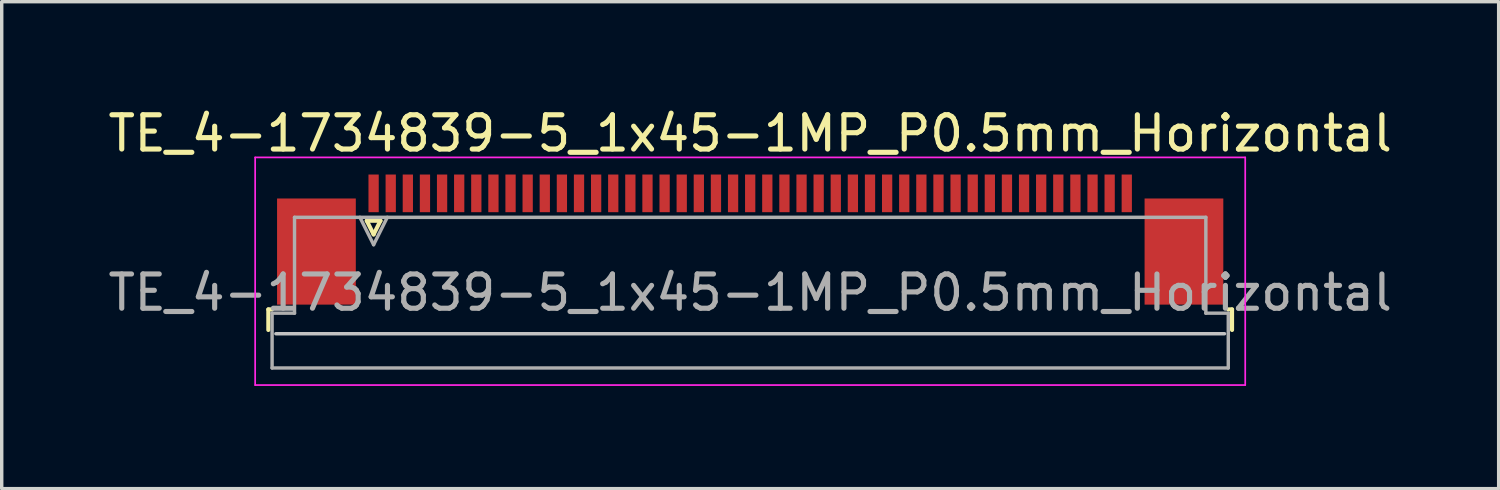
<source format=kicad_pcb>
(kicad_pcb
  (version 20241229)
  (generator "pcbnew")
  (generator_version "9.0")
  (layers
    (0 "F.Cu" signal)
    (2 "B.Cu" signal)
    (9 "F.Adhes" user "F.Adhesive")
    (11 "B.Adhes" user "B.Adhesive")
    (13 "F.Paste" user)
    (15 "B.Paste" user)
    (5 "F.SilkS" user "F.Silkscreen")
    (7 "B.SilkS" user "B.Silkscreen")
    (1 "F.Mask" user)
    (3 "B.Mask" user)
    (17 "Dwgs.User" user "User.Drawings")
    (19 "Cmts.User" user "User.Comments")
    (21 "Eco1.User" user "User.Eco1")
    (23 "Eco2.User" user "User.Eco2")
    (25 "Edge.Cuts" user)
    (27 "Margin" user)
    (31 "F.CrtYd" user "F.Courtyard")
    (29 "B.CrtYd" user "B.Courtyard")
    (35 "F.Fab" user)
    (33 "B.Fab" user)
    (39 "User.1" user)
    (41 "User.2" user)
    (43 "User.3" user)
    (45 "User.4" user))
  (footprint "TE_4-1734839-5_1x45-1MP_P0.5mm_Horizontal"
    (layer "F.Cu")
    (at 18.863 3.948)
    (property "Reference" "TE_4-1734839-5_1x45-1MP_P0.5mm_Horizontal" (at 0 -3.1 0) (layer "F.SilkS") (effects (font (size 1 1) (thickness 0.15))))
    (attr smd)
    (fp_line (start -14.075 2.04) (end -14.075 2.64) (stroke (width 0.12) (type solid)) (layer "F.SilkS"))
    (fp_line (start -13.965 2.04) (end -14.075 2.04) (stroke (width 0.12) (type solid)) (layer "F.SilkS"))
    (fp_line (start -11.2 -0.55) (end -11 -0.15) (stroke (width 0.12) (type solid)) (layer "F.SilkS"))
    (fp_line (start -11 -0.15) (end -10.8 -0.55) (stroke (width 0.12) (type solid)) (layer "F.SilkS"))
    (fp_line (start -10.8 -0.55) (end -11.2 -0.55) (stroke (width 0.12) (type solid)) (layer "F.SilkS"))
    (fp_line (start 13.965 2.04) (end 14.075 2.04) (stroke (width 0.12) (type solid)) (layer "F.SilkS"))
    (fp_line (start 14.075 2.04) (end 14.075 2.64) (stroke (width 0.12) (type solid)) (layer "F.SilkS"))
    (fp_line (start 13.855 2.75) (end -13.855 2.75) (stroke (width 0.1) (type solid)) (layer "Dwgs.User"))
    (fp_line (start -14.46 -2.4) (end -14.46 4.25) (stroke (width 0.05) (type solid)) (layer "F.CrtYd"))
    (fp_line (start -14.46 4.25) (end 14.46 4.25) (stroke (width 0.05) (type solid)) (layer "F.CrtYd"))
    (fp_line (start 14.46 -2.4) (end -14.46 -2.4) (stroke (width 0.05) (type solid)) (layer "F.CrtYd"))
    (fp_line (start 14.46 4.25) (end 14.46 -2.4) (stroke (width 0.05) (type solid)) (layer "F.CrtYd"))
    (fp_line (start -13.965 2.15) (end -13.31 2.15) (stroke (width 0.1) (type solid)) (layer "F.Fab"))
    (fp_line (start -13.965 3.75) (end -13.965 2.15) (stroke (width 0.1) (type solid)) (layer "F.Fab"))
    (fp_line (start -13.31 -0.65) (end 13.31 -0.65) (stroke (width 0.1) (type solid)) (layer "F.Fab"))
    (fp_line (start -13.31 2.15) (end -13.31 -0.65) (stroke (width 0.1) (type solid)) (layer "F.Fab"))
    (fp_line (start -11.4 -0.65) (end -11 0.15) (stroke (width 0.1) (type solid)) (layer "F.Fab"))
    (fp_line (start -11 0.15) (end -10.6 -0.65) (stroke (width 0.1) (type solid)) (layer "F.Fab"))
    (fp_line (start 13.31 -0.65) (end 13.31 2.15) (stroke (width 0.1) (type solid)) (layer "F.Fab"))
    (fp_line (start 13.31 2.15) (end 13.965 2.15) (stroke (width 0.1) (type solid)) (layer "F.Fab"))
    (fp_line (start 13.965 2.15) (end 13.965 3.75) (stroke (width 0.1) (type solid)) (layer "F.Fab"))
    (fp_line (start 13.965 3.75) (end -13.965 3.75) (stroke (width 0.1) (type solid)) (layer "F.Fab"))
    (fp_text user "${REFERENCE}" (at 0 1.55 0) (layer "F.Fab") (effects (font (size 1 1) (thickness 0.15))))
    (pad "1" smd rect (at -11 -1.35) (size 0.3 1.1) (layers "F.Cu" "F.Mask" "F.Paste"))
    (pad "2" smd rect (at -10.5 -1.35) (size 0.3 1.1) (layers "F.Cu" "F.Mask" "F.Paste"))
    (pad "3" smd rect (at -10 -1.35) (size 0.3 1.1) (layers "F.Cu" "F.Mask" "F.Paste"))
    (pad "4" smd rect (at -9.5 -1.35) (size 0.3 1.1) (layers "F.Cu" "F.Mask" "F.Paste"))
    (pad "5" smd rect (at -9 -1.35) (size 0.3 1.1) (layers "F.Cu" "F.Mask" "F.Paste"))
    (pad "6" smd rect (at -8.5 -1.35) (size 0.3 1.1) (layers "F.Cu" "F.Mask" "F.Paste"))
    (pad "7" smd rect (at -8 -1.35) (size 0.3 1.1) (layers "F.Cu" "F.Mask" "F.Paste"))
    (pad "8" smd rect (at -7.5 -1.35) (size 0.3 1.1) (layers "F.Cu" "F.Mask" "F.Paste"))
    (pad "9" smd rect (at -7 -1.35) (size 0.3 1.1) (layers "F.Cu" "F.Mask" "F.Paste"))
    (pad "10" smd rect (at -6.5 -1.35) (size 0.3 1.1) (layers "F.Cu" "F.Mask" "F.Paste"))
    (pad "11" smd rect (at -6 -1.35) (size 0.3 1.1) (layers "F.Cu" "F.Mask" "F.Paste"))
    (pad "12" smd rect (at -5.5 -1.35) (size 0.3 1.1) (layers "F.Cu" "F.Mask" "F.Paste"))
    (pad "13" smd rect (at -5 -1.35) (size 0.3 1.1) (layers "F.Cu" "F.Mask" "F.Paste"))
    (pad "14" smd rect (at -4.5 -1.35) (size 0.3 1.1) (layers "F.Cu" "F.Mask" "F.Paste"))
    (pad "15" smd rect (at -4 -1.35) (size 0.3 1.1) (layers "F.Cu" "F.Mask" "F.Paste"))
    (pad "16" smd rect (at -3.5 -1.35) (size 0.3 1.1) (layers "F.Cu" "F.Mask" "F.Paste"))
    (pad "17" smd rect (at -3 -1.35) (size 0.3 1.1) (layers "F.Cu" "F.Mask" "F.Paste"))
    (pad "18" smd rect (at -2.5 -1.35) (size 0.3 1.1) (layers "F.Cu" "F.Mask" "F.Paste"))
    (pad "19" smd rect (at -2 -1.35) (size 0.3 1.1) (layers "F.Cu" "F.Mask" "F.Paste"))
    (pad "20" smd rect (at -1.5 -1.35) (size 0.3 1.1) (layers "F.Cu" "F.Mask" "F.Paste"))
    (pad "21" smd rect (at -1 -1.35) (size 0.3 1.1) (layers "F.Cu" "F.Mask" "F.Paste"))
    (pad "22" smd rect (at -0.5 -1.35) (size 0.3 1.1) (layers "F.Cu" "F.Mask" "F.Paste"))
    (pad "23" smd rect (at 0 -1.35) (size 0.3 1.1) (layers "F.Cu" "F.Mask" "F.Paste"))
    (pad "24" smd rect (at 0.5 -1.35) (size 0.3 1.1) (layers "F.Cu" "F.Mask" "F.Paste"))
    (pad "25" smd rect (at 1 -1.35) (size 0.3 1.1) (layers "F.Cu" "F.Mask" "F.Paste"))
    (pad "26" smd rect (at 1.5 -1.35) (size 0.3 1.1) (layers "F.Cu" "F.Mask" "F.Paste"))
    (pad "27" smd rect (at 2 -1.35) (size 0.3 1.1) (layers "F.Cu" "F.Mask" "F.Paste"))
    (pad "28" smd rect (at 2.5 -1.35) (size 0.3 1.1) (layers "F.Cu" "F.Mask" "F.Paste"))
    (pad "29" smd rect (at 3 -1.35) (size 0.3 1.1) (layers "F.Cu" "F.Mask" "F.Paste"))
    (pad "30" smd rect (at 3.5 -1.35) (size 0.3 1.1) (layers "F.Cu" "F.Mask" "F.Paste"))
    (pad "31" smd rect (at 4 -1.35) (size 0.3 1.1) (layers "F.Cu" "F.Mask" "F.Paste"))
    (pad "32" smd rect (at 4.5 -1.35) (size 0.3 1.1) (layers "F.Cu" "F.Mask" "F.Paste"))
    (pad "33" smd rect (at 5 -1.35) (size 0.3 1.1) (layers "F.Cu" "F.Mask" "F.Paste"))
    (pad "34" smd rect (at 5.5 -1.35) (size 0.3 1.1) (layers "F.Cu" "F.Mask" "F.Paste"))
    (pad "35" smd rect (at 6 -1.35) (size 0.3 1.1) (layers "F.Cu" "F.Mask" "F.Paste"))
    (pad "36" smd rect (at 6.5 -1.35) (size 0.3 1.1) (layers "F.Cu" "F.Mask" "F.Paste"))
    (pad "37" smd rect (at 7 -1.35) (size 0.3 1.1) (layers "F.Cu" "F.Mask" "F.Paste"))
    (pad "38" smd rect (at 7.5 -1.35) (size 0.3 1.1) (layers "F.Cu" "F.Mask" "F.Paste"))
    (pad "39" smd rect (at 8 -1.35) (size 0.3 1.1) (layers "F.Cu" "F.Mask" "F.Paste"))
    (pad "40" smd rect (at 8.5 -1.35) (size 0.3 1.1) (layers "F.Cu" "F.Mask" "F.Paste"))
    (pad "41" smd rect (at 9 -1.35) (size 0.3 1.1) (layers "F.Cu" "F.Mask" "F.Paste"))
    (pad "42" smd rect (at 9.5 -1.35) (size 0.3 1.1) (layers "F.Cu" "F.Mask" "F.Paste"))
    (pad "43" smd rect (at 10 -1.35) (size 0.3 1.1) (layers "F.Cu" "F.Mask" "F.Paste"))
    (pad "44" smd rect (at 10.5 -1.35) (size 0.3 1.1) (layers "F.Cu" "F.Mask" "F.Paste"))
    (pad "45" smd rect (at 11 -1.35) (size 0.3 1.1) (layers "F.Cu" "F.Mask" "F.Paste"))
    (pad "MP" smd rect (at -12.67 0.35) (size 2.3 3.1) (layers "F.Cu" "F.Mask" "F.Paste"))
    (pad "MP" smd rect (at 12.67 0.35) (size 2.3 3.1) (layers "F.Cu" "F.Mask" "F.Paste")))
  (gr_rect
    (start -3 -3)
    (end 40.726 11.223)
    (stroke (width 0.1) (type default))
    (fill no)
    (layer "Edge.Cuts")))
</source>
